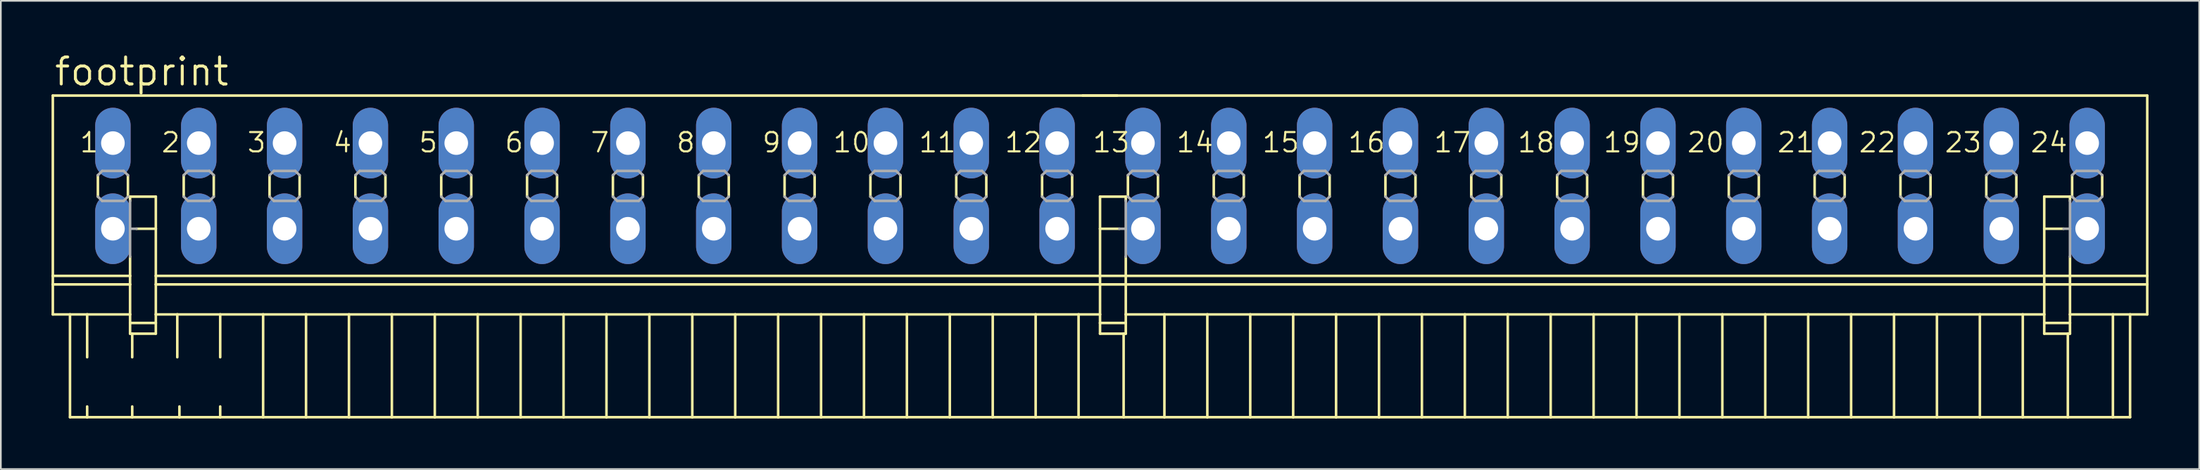
<source format=kicad_pcb>
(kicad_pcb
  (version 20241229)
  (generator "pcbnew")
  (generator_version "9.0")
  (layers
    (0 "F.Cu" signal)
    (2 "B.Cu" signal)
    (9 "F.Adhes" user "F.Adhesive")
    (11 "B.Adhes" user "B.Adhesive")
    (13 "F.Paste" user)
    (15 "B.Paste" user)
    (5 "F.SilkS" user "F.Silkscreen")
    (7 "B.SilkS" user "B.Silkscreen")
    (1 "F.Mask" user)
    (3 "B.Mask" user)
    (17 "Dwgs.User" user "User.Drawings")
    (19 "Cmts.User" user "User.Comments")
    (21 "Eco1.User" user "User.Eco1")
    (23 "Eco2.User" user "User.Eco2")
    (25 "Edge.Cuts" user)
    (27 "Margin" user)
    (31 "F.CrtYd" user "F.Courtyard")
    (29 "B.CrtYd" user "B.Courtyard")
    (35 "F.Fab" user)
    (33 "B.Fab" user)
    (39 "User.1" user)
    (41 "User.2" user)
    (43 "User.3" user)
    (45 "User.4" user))
  (footprint "footprint"
    (layer "F.Cu")
    (at 62.052 7.976)
    (property "Reference" "footprint" (at -61.976 -5.842 0) (layer "F.SilkS") (effects (font (size 1.6 1.6) (thickness 0.178)) (justify left bottom)))
    (fp_line (start -61.976 -5.359) (end -61.976 5.334) (stroke (width 0.152) (type solid)) (layer "F.SilkS"))
    (fp_line (start -61.976 -5.359) (end -1.016 -5.359) (stroke (width 0.152) (type solid)) (layer "F.SilkS"))
    (fp_line (start -61.976 5.334) (end -61.976 5.842) (stroke (width 0.152) (type solid)) (layer "F.SilkS"))
    (fp_line (start -61.976 5.334) (end -57.404 5.334) (stroke (width 0.152) (type solid)) (layer "F.SilkS"))
    (fp_line (start -61.976 5.842) (end -61.976 7.62) (stroke (width 0.152) (type solid)) (layer "F.SilkS"))
    (fp_line (start -61.976 5.842) (end -57.404 5.842) (stroke (width 0.152) (type solid)) (layer "F.SilkS"))
    (fp_line (start -61.976 7.62) (end -60.96 7.62) (stroke (width 0.152) (type solid)) (layer "F.SilkS"))
    (fp_line (start -60.96 7.62) (end -60.96 13.716) (stroke (width 0.152) (type solid)) (layer "F.SilkS"))
    (fp_line (start -60.96 7.62) (end -59.944 7.62) (stroke (width 0.152) (type solid)) (layer "F.SilkS"))
    (fp_line (start -60.96 13.716) (end -59.944 13.716) (stroke (width 0.152) (type solid)) (layer "F.SilkS"))
    (fp_line (start -59.944 7.62) (end -59.944 10.16) (stroke (width 0.152) (type solid)) (layer "F.SilkS"))
    (fp_line (start -59.944 7.62) (end -57.404 7.62) (stroke (width 0.152) (type solid)) (layer "F.SilkS"))
    (fp_line (start -59.944 13.081) (end -59.944 13.716) (stroke (width 0.152) (type solid)) (layer "F.SilkS"))
    (fp_line (start -59.944 13.716) (end -57.277 13.716) (stroke (width 0.152) (type solid)) (layer "F.SilkS"))
    (fp_line (start -59.309 -0.635) (end -59.309 0.635) (stroke (width 0.152) (type solid)) (layer "F.SilkS"))
    (fp_line (start -57.531 -0.635) (end -57.531 0.635) (stroke (width 0.152) (type solid)) (layer "F.SilkS"))
    (fp_line (start -57.404 0.635) (end -57.404 0.889) (stroke (width 0.152) (type solid)) (layer "F.SilkS"))
    (fp_line (start -57.404 0.635) (end -55.88 0.635) (stroke (width 0.152) (type solid)) (layer "F.SilkS"))
    (fp_line (start -57.404 4.191) (end -57.404 5.334) (stroke (width 0.152) (type solid)) (layer "F.SilkS"))
    (fp_line (start -57.404 5.842) (end -57.404 5.334) (stroke (width 0.152) (type solid)) (layer "F.SilkS"))
    (fp_line (start -57.404 7.62) (end -57.404 5.842) (stroke (width 0.152) (type solid)) (layer "F.SilkS"))
    (fp_line (start -57.404 8.128) (end -57.404 7.62) (stroke (width 0.152) (type solid)) (layer "F.SilkS"))
    (fp_line (start -57.404 8.128) (end -55.88 8.128) (stroke (width 0.152) (type solid)) (layer "F.SilkS"))
    (fp_line (start -57.404 8.763) (end -57.404 8.128) (stroke (width 0.152) (type solid)) (layer "F.SilkS"))
    (fp_line (start -57.277 8.763) (end -57.404 8.763) (stroke (width 0.152) (type solid)) (layer "F.SilkS"))
    (fp_line (start -57.277 8.763) (end -57.277 10.16) (stroke (width 0.152) (type solid)) (layer "F.SilkS"))
    (fp_line (start -57.277 13.081) (end -57.277 13.716) (stroke (width 0.152) (type solid)) (layer "F.SilkS"))
    (fp_line (start -57.277 13.716) (end -54.483 13.716) (stroke (width 0.152) (type solid)) (layer "F.SilkS"))
    (fp_line (start -55.88 0.635) (end -55.88 2.54) (stroke (width 0.152) (type solid)) (layer "F.SilkS"))
    (fp_line (start -55.88 2.54) (end -57.023 2.54) (stroke (width 0.152) (type solid)) (layer "F.SilkS"))
    (fp_line (start -55.88 2.54) (end -55.88 5.334) (stroke (width 0.152) (type solid)) (layer "F.SilkS"))
    (fp_line (start -55.88 5.334) (end -55.88 5.842) (stroke (width 0.152) (type solid)) (layer "F.SilkS"))
    (fp_line (start -55.88 5.334) (end 0 5.334) (stroke (width 0.152) (type solid)) (layer "F.SilkS"))
    (fp_line (start -55.88 5.842) (end -55.88 7.62) (stroke (width 0.152) (type solid)) (layer "F.SilkS"))
    (fp_line (start -55.88 5.842) (end 0 5.842) (stroke (width 0.152) (type solid)) (layer "F.SilkS"))
    (fp_line (start -55.88 7.62) (end -55.88 8.128) (stroke (width 0.152) (type solid)) (layer "F.SilkS"))
    (fp_line (start -55.88 7.62) (end -54.61 7.62) (stroke (width 0.152) (type solid)) (layer "F.SilkS"))
    (fp_line (start -55.88 8.128) (end -55.88 8.763) (stroke (width 0.152) (type solid)) (layer "F.SilkS"))
    (fp_line (start -55.88 8.763) (end -57.277 8.763) (stroke (width 0.152) (type solid)) (layer "F.SilkS"))
    (fp_line (start -54.61 7.62) (end -54.61 10.16) (stroke (width 0.152) (type solid)) (layer "F.SilkS"))
    (fp_line (start -54.61 7.62) (end -52.07 7.62) (stroke (width 0.152) (type solid)) (layer "F.SilkS"))
    (fp_line (start -54.483 13.081) (end -54.483 13.716) (stroke (width 0.152) (type solid)) (layer "F.SilkS"))
    (fp_line (start -54.483 13.716) (end -52.07 13.716) (stroke (width 0.152) (type solid)) (layer "F.SilkS"))
    (fp_line (start -54.229 -0.635) (end -54.229 0.635) (stroke (width 0.152) (type solid)) (layer "F.SilkS"))
    (fp_line (start -52.451 -0.635) (end -52.451 0.635) (stroke (width 0.152) (type solid)) (layer "F.SilkS"))
    (fp_line (start -52.07 7.62) (end -52.07 10.16) (stroke (width 0.152) (type solid)) (layer "F.SilkS"))
    (fp_line (start -52.07 7.62) (end -49.53 7.62) (stroke (width 0.152) (type solid)) (layer "F.SilkS"))
    (fp_line (start -52.07 13.081) (end -52.07 13.716) (stroke (width 0.152) (type solid)) (layer "F.SilkS"))
    (fp_line (start -52.07 13.716) (end -49.53 13.716) (stroke (width 0.152) (type solid)) (layer "F.SilkS"))
    (fp_line (start -49.53 7.62) (end -49.53 13.716) (stroke (width 0.152) (type solid)) (layer "F.SilkS"))
    (fp_line (start -49.53 7.62) (end -46.99 7.62) (stroke (width 0.152) (type solid)) (layer "F.SilkS"))
    (fp_line (start -49.53 13.716) (end -46.99 13.716) (stroke (width 0.152) (type solid)) (layer "F.SilkS"))
    (fp_line (start -49.149 -0.635) (end -49.149 0.635) (stroke (width 0.152) (type solid)) (layer "F.SilkS"))
    (fp_line (start -47.371 -0.635) (end -47.371 0.635) (stroke (width 0.152) (type solid)) (layer "F.SilkS"))
    (fp_line (start -46.99 7.62) (end -46.99 13.716) (stroke (width 0.152) (type solid)) (layer "F.SilkS"))
    (fp_line (start -46.99 7.62) (end -44.45 7.62) (stroke (width 0.152) (type solid)) (layer "F.SilkS"))
    (fp_line (start -46.99 13.716) (end -44.45 13.716) (stroke (width 0.152) (type solid)) (layer "F.SilkS"))
    (fp_line (start -44.45 7.62) (end -44.45 13.716) (stroke (width 0.152) (type solid)) (layer "F.SilkS"))
    (fp_line (start -44.45 7.62) (end -41.91 7.62) (stroke (width 0.152) (type solid)) (layer "F.SilkS"))
    (fp_line (start -44.45 13.716) (end -41.91 13.716) (stroke (width 0.152) (type solid)) (layer "F.SilkS"))
    (fp_line (start -44.069 -0.635) (end -44.069 0.635) (stroke (width 0.152) (type solid)) (layer "F.SilkS"))
    (fp_line (start -42.291 -0.635) (end -42.291 0.635) (stroke (width 0.152) (type solid)) (layer "F.SilkS"))
    (fp_line (start -41.91 7.62) (end -41.91 13.716) (stroke (width 0.152) (type solid)) (layer "F.SilkS"))
    (fp_line (start -41.91 7.62) (end -39.37 7.62) (stroke (width 0.152) (type solid)) (layer "F.SilkS"))
    (fp_line (start -41.91 13.716) (end -39.37 13.716) (stroke (width 0.152) (type solid)) (layer "F.SilkS"))
    (fp_line (start -39.37 7.62) (end -39.37 13.716) (stroke (width 0.152) (type solid)) (layer "F.SilkS"))
    (fp_line (start -39.37 7.62) (end -36.83 7.62) (stroke (width 0.152) (type solid)) (layer "F.SilkS"))
    (fp_line (start -39.37 13.716) (end -36.83 13.716) (stroke (width 0.152) (type solid)) (layer "F.SilkS"))
    (fp_line (start -38.989 -0.635) (end -38.989 0.635) (stroke (width 0.152) (type solid)) (layer "F.SilkS"))
    (fp_line (start -37.211 -0.635) (end -37.211 0.635) (stroke (width 0.152) (type solid)) (layer "F.SilkS"))
    (fp_line (start -36.83 7.62) (end -36.83 13.716) (stroke (width 0.152) (type solid)) (layer "F.SilkS"))
    (fp_line (start -36.83 7.62) (end -34.29 7.62) (stroke (width 0.152) (type solid)) (layer "F.SilkS"))
    (fp_line (start -36.83 13.716) (end -34.29 13.716) (stroke (width 0.152) (type solid)) (layer "F.SilkS"))
    (fp_line (start -34.29 7.62) (end -34.29 13.716) (stroke (width 0.152) (type solid)) (layer "F.SilkS"))
    (fp_line (start -34.29 7.62) (end -31.75 7.62) (stroke (width 0.152) (type solid)) (layer "F.SilkS"))
    (fp_line (start -34.29 13.716) (end -31.75 13.716) (stroke (width 0.152) (type solid)) (layer "F.SilkS"))
    (fp_line (start -33.909 -0.635) (end -33.909 0.635) (stroke (width 0.152) (type solid)) (layer "F.SilkS"))
    (fp_line (start -32.131 -0.635) (end -32.131 0.635) (stroke (width 0.152) (type solid)) (layer "F.SilkS"))
    (fp_line (start -31.75 7.62) (end -31.75 13.716) (stroke (width 0.152) (type solid)) (layer "F.SilkS"))
    (fp_line (start -31.75 7.62) (end -29.21 7.62) (stroke (width 0.152) (type solid)) (layer "F.SilkS"))
    (fp_line (start -31.75 13.716) (end -29.21 13.716) (stroke (width 0.152) (type solid)) (layer "F.SilkS"))
    (fp_line (start -29.21 7.62) (end -29.21 13.716) (stroke (width 0.152) (type solid)) (layer "F.SilkS"))
    (fp_line (start -29.21 7.62) (end -26.67 7.62) (stroke (width 0.152) (type solid)) (layer "F.SilkS"))
    (fp_line (start -29.21 13.716) (end -26.67 13.716) (stroke (width 0.152) (type solid)) (layer "F.SilkS"))
    (fp_line (start -28.829 -0.635) (end -28.829 0.635) (stroke (width 0.152) (type solid)) (layer "F.SilkS"))
    (fp_line (start -27.051 -0.635) (end -27.051 0.635) (stroke (width 0.152) (type solid)) (layer "F.SilkS"))
    (fp_line (start -26.67 7.62) (end -26.67 13.716) (stroke (width 0.152) (type solid)) (layer "F.SilkS"))
    (fp_line (start -26.67 7.62) (end -24.13 7.62) (stroke (width 0.152) (type solid)) (layer "F.SilkS"))
    (fp_line (start -26.67 13.716) (end -24.13 13.716) (stroke (width 0.152) (type solid)) (layer "F.SilkS"))
    (fp_line (start -24.13 7.62) (end -24.13 13.716) (stroke (width 0.152) (type solid)) (layer "F.SilkS"))
    (fp_line (start -24.13 7.62) (end -21.59 7.62) (stroke (width 0.152) (type solid)) (layer "F.SilkS"))
    (fp_line (start -24.13 13.716) (end -21.59 13.716) (stroke (width 0.152) (type solid)) (layer "F.SilkS"))
    (fp_line (start -23.749 -0.635) (end -23.749 0.635) (stroke (width 0.152) (type solid)) (layer "F.SilkS"))
    (fp_line (start -21.971 -0.635) (end -21.971 0.635) (stroke (width 0.152) (type solid)) (layer "F.SilkS"))
    (fp_line (start -21.59 7.62) (end -21.59 13.716) (stroke (width 0.152) (type solid)) (layer "F.SilkS"))
    (fp_line (start -21.59 7.62) (end -19.05 7.62) (stroke (width 0.152) (type solid)) (layer "F.SilkS"))
    (fp_line (start -21.59 13.716) (end -19.05 13.716) (stroke (width 0.152) (type solid)) (layer "F.SilkS"))
    (fp_line (start -19.05 7.62) (end -19.05 13.716) (stroke (width 0.152) (type solid)) (layer "F.SilkS"))
    (fp_line (start -19.05 7.62) (end -16.51 7.62) (stroke (width 0.152) (type solid)) (layer "F.SilkS"))
    (fp_line (start -19.05 13.716) (end -16.51 13.716) (stroke (width 0.152) (type solid)) (layer "F.SilkS"))
    (fp_line (start -18.669 -0.635) (end -18.669 0.635) (stroke (width 0.152) (type solid)) (layer "F.SilkS"))
    (fp_line (start -16.891 -0.635) (end -16.891 0.635) (stroke (width 0.152) (type solid)) (layer "F.SilkS"))
    (fp_line (start -16.51 7.62) (end -16.51 13.716) (stroke (width 0.152) (type solid)) (layer "F.SilkS"))
    (fp_line (start -16.51 7.62) (end -13.97 7.62) (stroke (width 0.152) (type solid)) (layer "F.SilkS"))
    (fp_line (start -16.51 13.716) (end -13.97 13.716) (stroke (width 0.152) (type solid)) (layer "F.SilkS"))
    (fp_line (start -13.97 7.62) (end -13.97 13.716) (stroke (width 0.152) (type solid)) (layer "F.SilkS"))
    (fp_line (start -13.97 7.62) (end -11.43 7.62) (stroke (width 0.152) (type solid)) (layer "F.SilkS"))
    (fp_line (start -13.97 13.716) (end -11.43 13.716) (stroke (width 0.152) (type solid)) (layer "F.SilkS"))
    (fp_line (start -13.589 -0.635) (end -13.589 0.635) (stroke (width 0.152) (type solid)) (layer "F.SilkS"))
    (fp_line (start -11.811 -0.635) (end -11.811 0.635) (stroke (width 0.152) (type solid)) (layer "F.SilkS"))
    (fp_line (start -11.43 7.62) (end -11.43 13.716) (stroke (width 0.152) (type solid)) (layer "F.SilkS"))
    (fp_line (start -11.43 7.62) (end -8.89 7.62) (stroke (width 0.152) (type solid)) (layer "F.SilkS"))
    (fp_line (start -11.43 13.716) (end -8.89 13.716) (stroke (width 0.152) (type solid)) (layer "F.SilkS"))
    (fp_line (start -8.89 7.62) (end -8.89 13.716) (stroke (width 0.152) (type solid)) (layer "F.SilkS"))
    (fp_line (start -8.89 7.62) (end -6.35 7.62) (stroke (width 0.152) (type solid)) (layer "F.SilkS"))
    (fp_line (start -8.89 13.716) (end -6.35 13.716) (stroke (width 0.152) (type solid)) (layer "F.SilkS"))
    (fp_line (start -8.509 -0.635) (end -8.509 0.635) (stroke (width 0.152) (type solid)) (layer "F.SilkS"))
    (fp_line (start -6.731 -0.635) (end -6.731 0.635) (stroke (width 0.152) (type solid)) (layer "F.SilkS"))
    (fp_line (start -6.35 7.62) (end -6.35 13.716) (stroke (width 0.152) (type solid)) (layer "F.SilkS"))
    (fp_line (start -6.35 7.62) (end -3.81 7.62) (stroke (width 0.152) (type solid)) (layer "F.SilkS"))
    (fp_line (start -6.35 13.716) (end -3.81 13.716) (stroke (width 0.152) (type solid)) (layer "F.SilkS"))
    (fp_line (start -3.81 7.62) (end -3.81 13.716) (stroke (width 0.152) (type solid)) (layer "F.SilkS"))
    (fp_line (start -3.81 7.62) (end -1.27 7.62) (stroke (width 0.152) (type solid)) (layer "F.SilkS"))
    (fp_line (start -3.81 13.716) (end -1.27 13.716) (stroke (width 0.152) (type solid)) (layer "F.SilkS"))
    (fp_line (start -3.429 -0.635) (end -3.429 0.635) (stroke (width 0.152) (type solid)) (layer "F.SilkS"))
    (fp_line (start -1.651 -0.635) (end -1.651 0.635) (stroke (width 0.152) (type solid)) (layer "F.SilkS"))
    (fp_line (start -1.27 7.62) (end -1.27 13.716) (stroke (width 0.152) (type solid)) (layer "F.SilkS"))
    (fp_line (start -1.27 7.62) (end 0 7.62) (stroke (width 0.152) (type solid)) (layer "F.SilkS"))
    (fp_line (start -1.27 13.716) (end 1.397 13.716) (stroke (width 0.152) (type solid)) (layer "F.SilkS"))
    (fp_line (start -1.016 -5.359) (end 1.016 -5.359) (stroke (width 0.152) (type solid)) (layer "F.SilkS"))
    (fp_line (start -1.016 -5.359) (end 61.976 -5.359) (stroke (width 0.152) (type solid)) (layer "F.SilkS"))
    (fp_line (start 0 0.635) (end 0 2.54) (stroke (width 0.152) (type solid)) (layer "F.SilkS"))
    (fp_line (start 0 2.54) (end 0 5.334) (stroke (width 0.152) (type solid)) (layer "F.SilkS"))
    (fp_line (start 0 2.54) (end 1.143 2.54) (stroke (width 0.152) (type solid)) (layer "F.SilkS"))
    (fp_line (start 0 5.334) (end 0 5.842) (stroke (width 0.152) (type solid)) (layer "F.SilkS"))
    (fp_line (start 0 5.334) (end 1.524 5.334) (stroke (width 0.152) (type solid)) (layer "F.SilkS"))
    (fp_line (start 0 5.842) (end 0 7.62) (stroke (width 0.152) (type solid)) (layer "F.SilkS"))
    (fp_line (start 0 5.842) (end 1.524 5.842) (stroke (width 0.152) (type solid)) (layer "F.SilkS"))
    (fp_line (start 0 7.62) (end 0 8.128) (stroke (width 0.152) (type solid)) (layer "F.SilkS"))
    (fp_line (start 0 8.128) (end 0 8.763) (stroke (width 0.152) (type solid)) (layer "F.SilkS"))
    (fp_line (start 0 8.128) (end 1.524 8.128) (stroke (width 0.152) (type solid)) (layer "F.SilkS"))
    (fp_line (start 1.397 8.763) (end 0 8.763) (stroke (width 0.152) (type solid)) (layer "F.SilkS"))
    (fp_line (start 1.397 8.763) (end 1.397 13.716) (stroke (width 0.152) (type solid)) (layer "F.SilkS"))
    (fp_line (start 1.397 13.716) (end 3.81 13.716) (stroke (width 0.152) (type solid)) (layer "F.SilkS"))
    (fp_line (start 1.524 0.635) (end 0 0.635) (stroke (width 0.152) (type solid)) (layer "F.SilkS"))
    (fp_line (start 1.524 0.889) (end 1.524 0.635) (stroke (width 0.152) (type solid)) (layer "F.SilkS"))
    (fp_line (start 1.524 4.191) (end 1.524 5.334) (stroke (width 0.152) (type solid)) (layer "F.SilkS"))
    (fp_line (start 1.524 5.334) (end 55.88 5.334) (stroke (width 0.152) (type solid)) (layer "F.SilkS"))
    (fp_line (start 1.524 5.842) (end 1.524 5.334) (stroke (width 0.152) (type solid)) (layer "F.SilkS"))
    (fp_line (start 1.524 5.842) (end 55.88 5.842) (stroke (width 0.152) (type solid)) (layer "F.SilkS"))
    (fp_line (start 1.524 7.62) (end 1.524 5.842) (stroke (width 0.152) (type solid)) (layer "F.SilkS"))
    (fp_line (start 1.524 7.62) (end 3.81 7.62) (stroke (width 0.152) (type solid)) (layer "F.SilkS"))
    (fp_line (start 1.524 8.128) (end 1.524 7.62) (stroke (width 0.152) (type solid)) (layer "F.SilkS"))
    (fp_line (start 1.524 8.763) (end 1.397 8.763) (stroke (width 0.152) (type solid)) (layer "F.SilkS"))
    (fp_line (start 1.524 8.763) (end 1.524 8.128) (stroke (width 0.152) (type solid)) (layer "F.SilkS"))
    (fp_line (start 1.651 -0.635) (end 1.651 0.635) (stroke (width 0.152) (type solid)) (layer "F.SilkS"))
    (fp_line (start 3.429 -0.635) (end 3.429 0.635) (stroke (width 0.152) (type solid)) (layer "F.SilkS"))
    (fp_line (start 3.81 7.62) (end 3.81 13.716) (stroke (width 0.152) (type solid)) (layer "F.SilkS"))
    (fp_line (start 3.81 7.62) (end 6.35 7.62) (stroke (width 0.152) (type solid)) (layer "F.SilkS"))
    (fp_line (start 3.81 13.716) (end 6.35 13.716) (stroke (width 0.152) (type solid)) (layer "F.SilkS"))
    (fp_line (start 6.35 7.62) (end 6.35 13.716) (stroke (width 0.152) (type solid)) (layer "F.SilkS"))
    (fp_line (start 6.35 7.62) (end 8.89 7.62) (stroke (width 0.152) (type solid)) (layer "F.SilkS"))
    (fp_line (start 6.35 13.716) (end 8.89 13.716) (stroke (width 0.152) (type solid)) (layer "F.SilkS"))
    (fp_line (start 6.731 -0.635) (end 6.731 0.635) (stroke (width 0.152) (type solid)) (layer "F.SilkS"))
    (fp_line (start 8.509 -0.635) (end 8.509 0.635) (stroke (width 0.152) (type solid)) (layer "F.SilkS"))
    (fp_line (start 8.89 7.62) (end 8.89 13.716) (stroke (width 0.152) (type solid)) (layer "F.SilkS"))
    (fp_line (start 8.89 7.62) (end 11.43 7.62) (stroke (width 0.152) (type solid)) (layer "F.SilkS"))
    (fp_line (start 8.89 13.716) (end 11.43 13.716) (stroke (width 0.152) (type solid)) (layer "F.SilkS"))
    (fp_line (start 11.43 7.62) (end 11.43 13.716) (stroke (width 0.152) (type solid)) (layer "F.SilkS"))
    (fp_line (start 11.43 7.62) (end 13.97 7.62) (stroke (width 0.152) (type solid)) (layer "F.SilkS"))
    (fp_line (start 11.43 13.716) (end 13.97 13.716) (stroke (width 0.152) (type solid)) (layer "F.SilkS"))
    (fp_line (start 11.811 -0.635) (end 11.811 0.635) (stroke (width 0.152) (type solid)) (layer "F.SilkS"))
    (fp_line (start 13.589 -0.635) (end 13.589 0.635) (stroke (width 0.152) (type solid)) (layer "F.SilkS"))
    (fp_line (start 13.97 7.62) (end 13.97 13.716) (stroke (width 0.152) (type solid)) (layer "F.SilkS"))
    (fp_line (start 13.97 7.62) (end 16.51 7.62) (stroke (width 0.152) (type solid)) (layer "F.SilkS"))
    (fp_line (start 13.97 13.716) (end 16.51 13.716) (stroke (width 0.152) (type solid)) (layer "F.SilkS"))
    (fp_line (start 16.51 7.62) (end 16.51 13.716) (stroke (width 0.152) (type solid)) (layer "F.SilkS"))
    (fp_line (start 16.51 7.62) (end 19.05 7.62) (stroke (width 0.152) (type solid)) (layer "F.SilkS"))
    (fp_line (start 16.51 13.716) (end 19.05 13.716) (stroke (width 0.152) (type solid)) (layer "F.SilkS"))
    (fp_line (start 16.891 -0.635) (end 16.891 0.635) (stroke (width 0.152) (type solid)) (layer "F.SilkS"))
    (fp_line (start 18.669 -0.635) (end 18.669 0.635) (stroke (width 0.152) (type solid)) (layer "F.SilkS"))
    (fp_line (start 19.05 7.62) (end 19.05 13.716) (stroke (width 0.152) (type solid)) (layer "F.SilkS"))
    (fp_line (start 19.05 7.62) (end 21.59 7.62) (stroke (width 0.152) (type solid)) (layer "F.SilkS"))
    (fp_line (start 19.05 13.716) (end 21.59 13.716) (stroke (width 0.152) (type solid)) (layer "F.SilkS"))
    (fp_line (start 21.59 7.62) (end 21.59 13.716) (stroke (width 0.152) (type solid)) (layer "F.SilkS"))
    (fp_line (start 21.59 7.62) (end 24.13 7.62) (stroke (width 0.152) (type solid)) (layer "F.SilkS"))
    (fp_line (start 21.59 13.716) (end 24.13 13.716) (stroke (width 0.152) (type solid)) (layer "F.SilkS"))
    (fp_line (start 21.971 -0.635) (end 21.971 0.635) (stroke (width 0.152) (type solid)) (layer "F.SilkS"))
    (fp_line (start 23.749 -0.635) (end 23.749 0.635) (stroke (width 0.152) (type solid)) (layer "F.SilkS"))
    (fp_line (start 24.13 7.62) (end 24.13 13.716) (stroke (width 0.152) (type solid)) (layer "F.SilkS"))
    (fp_line (start 24.13 7.62) (end 26.67 7.62) (stroke (width 0.152) (type solid)) (layer "F.SilkS"))
    (fp_line (start 24.13 13.716) (end 26.67 13.716) (stroke (width 0.152) (type solid)) (layer "F.SilkS"))
    (fp_line (start 26.67 7.62) (end 26.67 13.716) (stroke (width 0.152) (type solid)) (layer "F.SilkS"))
    (fp_line (start 26.67 7.62) (end 29.21 7.62) (stroke (width 0.152) (type solid)) (layer "F.SilkS"))
    (fp_line (start 26.67 13.716) (end 29.21 13.716) (stroke (width 0.152) (type solid)) (layer "F.SilkS"))
    (fp_line (start 27.051 -0.635) (end 27.051 0.635) (stroke (width 0.152) (type solid)) (layer "F.SilkS"))
    (fp_line (start 28.829 -0.635) (end 28.829 0.635) (stroke (width 0.152) (type solid)) (layer "F.SilkS"))
    (fp_line (start 29.21 7.62) (end 29.21 13.716) (stroke (width 0.152) (type solid)) (layer "F.SilkS"))
    (fp_line (start 29.21 7.62) (end 31.75 7.62) (stroke (width 0.152) (type solid)) (layer "F.SilkS"))
    (fp_line (start 29.21 13.716) (end 31.75 13.716) (stroke (width 0.152) (type solid)) (layer "F.SilkS"))
    (fp_line (start 31.75 7.62) (end 31.75 13.716) (stroke (width 0.152) (type solid)) (layer "F.SilkS"))
    (fp_line (start 31.75 7.62) (end 34.29 7.62) (stroke (width 0.152) (type solid)) (layer "F.SilkS"))
    (fp_line (start 31.75 13.716) (end 34.29 13.716) (stroke (width 0.152) (type solid)) (layer "F.SilkS"))
    (fp_line (start 32.131 -0.635) (end 32.131 0.635) (stroke (width 0.152) (type solid)) (layer "F.SilkS"))
    (fp_line (start 33.909 -0.635) (end 33.909 0.635) (stroke (width 0.152) (type solid)) (layer "F.SilkS"))
    (fp_line (start 34.29 7.62) (end 34.29 13.716) (stroke (width 0.152) (type solid)) (layer "F.SilkS"))
    (fp_line (start 34.29 7.62) (end 36.83 7.62) (stroke (width 0.152) (type solid)) (layer "F.SilkS"))
    (fp_line (start 34.29 13.716) (end 36.83 13.716) (stroke (width 0.152) (type solid)) (layer "F.SilkS"))
    (fp_line (start 36.83 7.62) (end 36.83 13.716) (stroke (width 0.152) (type solid)) (layer "F.SilkS"))
    (fp_line (start 36.83 7.62) (end 39.37 7.62) (stroke (width 0.152) (type solid)) (layer "F.SilkS"))
    (fp_line (start 36.83 13.716) (end 39.37 13.716) (stroke (width 0.152) (type solid)) (layer "F.SilkS"))
    (fp_line (start 37.211 -0.635) (end 37.211 0.635) (stroke (width 0.152) (type solid)) (layer "F.SilkS"))
    (fp_line (start 38.989 -0.635) (end 38.989 0.635) (stroke (width 0.152) (type solid)) (layer "F.SilkS"))
    (fp_line (start 39.37 7.62) (end 39.37 13.716) (stroke (width 0.152) (type solid)) (layer "F.SilkS"))
    (fp_line (start 39.37 7.62) (end 41.91 7.62) (stroke (width 0.152) (type solid)) (layer "F.SilkS"))
    (fp_line (start 39.37 13.716) (end 41.91 13.716) (stroke (width 0.152) (type solid)) (layer "F.SilkS"))
    (fp_line (start 41.91 7.62) (end 41.91 13.716) (stroke (width 0.152) (type solid)) (layer "F.SilkS"))
    (fp_line (start 41.91 7.62) (end 44.45 7.62) (stroke (width 0.152) (type solid)) (layer "F.SilkS"))
    (fp_line (start 41.91 13.716) (end 44.45 13.716) (stroke (width 0.152) (type solid)) (layer "F.SilkS"))
    (fp_line (start 42.291 -0.635) (end 42.291 0.635) (stroke (width 0.152) (type solid)) (layer "F.SilkS"))
    (fp_line (start 44.069 -0.635) (end 44.069 0.635) (stroke (width 0.152) (type solid)) (layer "F.SilkS"))
    (fp_line (start 44.45 7.62) (end 44.45 13.716) (stroke (width 0.152) (type solid)) (layer "F.SilkS"))
    (fp_line (start 44.45 7.62) (end 46.99 7.62) (stroke (width 0.152) (type solid)) (layer "F.SilkS"))
    (fp_line (start 44.45 13.716) (end 46.99 13.716) (stroke (width 0.152) (type solid)) (layer "F.SilkS"))
    (fp_line (start 46.99 7.62) (end 46.99 13.716) (stroke (width 0.152) (type solid)) (layer "F.SilkS"))
    (fp_line (start 46.99 7.62) (end 49.53 7.62) (stroke (width 0.152) (type solid)) (layer "F.SilkS"))
    (fp_line (start 46.99 13.716) (end 49.53 13.716) (stroke (width 0.152) (type solid)) (layer "F.SilkS"))
    (fp_line (start 47.371 -0.635) (end 47.371 0.635) (stroke (width 0.152) (type solid)) (layer "F.SilkS"))
    (fp_line (start 49.149 -0.635) (end 49.149 0.635) (stroke (width 0.152) (type solid)) (layer "F.SilkS"))
    (fp_line (start 49.53 7.62) (end 49.53 13.716) (stroke (width 0.152) (type solid)) (layer "F.SilkS"))
    (fp_line (start 49.53 7.62) (end 52.07 7.62) (stroke (width 0.152) (type solid)) (layer "F.SilkS"))
    (fp_line (start 49.53 13.716) (end 52.07 13.716) (stroke (width 0.152) (type solid)) (layer "F.SilkS"))
    (fp_line (start 52.07 7.62) (end 52.07 13.716) (stroke (width 0.152) (type solid)) (layer "F.SilkS"))
    (fp_line (start 52.07 7.62) (end 54.61 7.62) (stroke (width 0.152) (type solid)) (layer "F.SilkS"))
    (fp_line (start 52.07 13.716) (end 54.61 13.716) (stroke (width 0.152) (type solid)) (layer "F.SilkS"))
    (fp_line (start 52.451 -0.635) (end 52.451 0.635) (stroke (width 0.152) (type solid)) (layer "F.SilkS"))
    (fp_line (start 54.229 -0.635) (end 54.229 0.635) (stroke (width 0.152) (type solid)) (layer "F.SilkS"))
    (fp_line (start 54.61 7.62) (end 54.61 13.716) (stroke (width 0.152) (type solid)) (layer "F.SilkS"))
    (fp_line (start 54.61 7.62) (end 55.88 7.62) (stroke (width 0.152) (type solid)) (layer "F.SilkS"))
    (fp_line (start 54.61 13.716) (end 57.277 13.716) (stroke (width 0.152) (type solid)) (layer "F.SilkS"))
    (fp_line (start 55.88 0.635) (end 55.88 2.54) (stroke (width 0.152) (type solid)) (layer "F.SilkS"))
    (fp_line (start 55.88 2.54) (end 55.88 5.334) (stroke (width 0.152) (type solid)) (layer "F.SilkS"))
    (fp_line (start 55.88 2.54) (end 57.023 2.54) (stroke (width 0.152) (type solid)) (layer "F.SilkS"))
    (fp_line (start 55.88 5.334) (end 55.88 5.842) (stroke (width 0.152) (type solid)) (layer "F.SilkS"))
    (fp_line (start 55.88 5.334) (end 57.404 5.334) (stroke (width 0.152) (type solid)) (layer "F.SilkS"))
    (fp_line (start 55.88 5.842) (end 55.88 7.62) (stroke (width 0.152) (type solid)) (layer "F.SilkS"))
    (fp_line (start 55.88 5.842) (end 57.404 5.842) (stroke (width 0.152) (type solid)) (layer "F.SilkS"))
    (fp_line (start 55.88 7.62) (end 55.88 8.128) (stroke (width 0.152) (type solid)) (layer "F.SilkS"))
    (fp_line (start 55.88 8.128) (end 55.88 8.763) (stroke (width 0.152) (type solid)) (layer "F.SilkS"))
    (fp_line (start 55.88 8.128) (end 57.404 8.128) (stroke (width 0.152) (type solid)) (layer "F.SilkS"))
    (fp_line (start 57.277 8.763) (end 55.88 8.763) (stroke (width 0.152) (type solid)) (layer "F.SilkS"))
    (fp_line (start 57.277 8.763) (end 57.277 13.716) (stroke (width 0.152) (type solid)) (layer "F.SilkS"))
    (fp_line (start 57.277 13.716) (end 59.944 13.716) (stroke (width 0.152) (type solid)) (layer "F.SilkS"))
    (fp_line (start 57.404 0.635) (end 55.88 0.635) (stroke (width 0.152) (type solid)) (layer "F.SilkS"))
    (fp_line (start 57.404 0.889) (end 57.404 0.635) (stroke (width 0.152) (type solid)) (layer "F.SilkS"))
    (fp_line (start 57.404 4.191) (end 57.404 5.334) (stroke (width 0.152) (type solid)) (layer "F.SilkS"))
    (fp_line (start 57.404 5.334) (end 61.976 5.334) (stroke (width 0.152) (type solid)) (layer "F.SilkS"))
    (fp_line (start 57.404 5.842) (end 57.404 5.334) (stroke (width 0.152) (type solid)) (layer "F.SilkS"))
    (fp_line (start 57.404 5.842) (end 61.976 5.842) (stroke (width 0.152) (type solid)) (layer "F.SilkS"))
    (fp_line (start 57.404 7.62) (end 57.404 5.842) (stroke (width 0.152) (type solid)) (layer "F.SilkS"))
    (fp_line (start 57.404 7.62) (end 59.944 7.62) (stroke (width 0.152) (type solid)) (layer "F.SilkS"))
    (fp_line (start 57.404 8.128) (end 57.404 7.62) (stroke (width 0.152) (type solid)) (layer "F.SilkS"))
    (fp_line (start 57.404 8.763) (end 57.277 8.763) (stroke (width 0.152) (type solid)) (layer "F.SilkS"))
    (fp_line (start 57.404 8.763) (end 57.404 8.128) (stroke (width 0.152) (type solid)) (layer "F.SilkS"))
    (fp_line (start 57.531 -0.635) (end 57.531 0.635) (stroke (width 0.152) (type solid)) (layer "F.SilkS"))
    (fp_line (start 59.309 -0.635) (end 59.309 0.635) (stroke (width 0.152) (type solid)) (layer "F.SilkS"))
    (fp_line (start 59.944 7.62) (end 59.944 13.716) (stroke (width 0.152) (type solid)) (layer "F.SilkS"))
    (fp_line (start 59.944 7.62) (end 60.96 7.62) (stroke (width 0.152) (type solid)) (layer "F.SilkS"))
    (fp_line (start 59.944 13.716) (end 60.96 13.716) (stroke (width 0.152) (type solid)) (layer "F.SilkS"))
    (fp_line (start 60.96 7.62) (end 60.96 13.716) (stroke (width 0.152) (type solid)) (layer "F.SilkS"))
    (fp_line (start 60.96 7.62) (end 61.976 7.62) (stroke (width 0.152) (type solid)) (layer "F.SilkS"))
    (fp_line (start 61.976 -5.359) (end 61.976 5.334) (stroke (width 0.152) (type solid)) (layer "F.SilkS"))
    (fp_line (start 61.976 5.334) (end 61.976 5.842) (stroke (width 0.152) (type solid)) (layer "F.SilkS"))
    (fp_line (start 61.976 5.842) (end 61.976 7.62) (stroke (width 0.152) (type solid)) (layer "F.SilkS"))
    (fp_line (start -59.309 -0.635) (end -59.055 -0.889) (stroke (width 0.152) (type solid)) (layer "F.Fab"))
    (fp_line (start -59.055 -0.889) (end -57.785 -0.889) (stroke (width 0.152) (type solid)) (layer "F.Fab"))
    (fp_line (start -59.055 0.889) (end -59.309 0.635) (stroke (width 0.152) (type solid)) (layer "F.Fab"))
    (fp_line (start -57.785 -0.889) (end -57.531 -0.635) (stroke (width 0.152) (type solid)) (layer "F.Fab"))
    (fp_line (start -57.785 0.889) (end -59.055 0.889) (stroke (width 0.152) (type solid)) (layer "F.Fab"))
    (fp_line (start -57.531 0.635) (end -57.785 0.889) (stroke (width 0.152) (type solid)) (layer "F.Fab"))
    (fp_line (start -57.404 2.54) (end -57.404 0.889) (stroke (width 0.152) (type solid)) (layer "F.Fab"))
    (fp_line (start -57.404 2.54) (end -57.023 2.54) (stroke (width 0.152) (type solid)) (layer "F.Fab"))
    (fp_line (start -57.404 4.191) (end -57.404 2.54) (stroke (width 0.152) (type solid)) (layer "F.Fab"))
    (fp_line (start -54.229 -0.635) (end -53.975 -0.889) (stroke (width 0.152) (type solid)) (layer "F.Fab"))
    (fp_line (start -53.975 -0.889) (end -52.705 -0.889) (stroke (width 0.152) (type solid)) (layer "F.Fab"))
    (fp_line (start -53.975 0.889) (end -54.229 0.635) (stroke (width 0.152) (type solid)) (layer "F.Fab"))
    (fp_line (start -52.705 -0.889) (end -52.451 -0.635) (stroke (width 0.152) (type solid)) (layer "F.Fab"))
    (fp_line (start -52.705 0.889) (end -53.975 0.889) (stroke (width 0.152) (type solid)) (layer "F.Fab"))
    (fp_line (start -52.451 0.635) (end -52.705 0.889) (stroke (width 0.152) (type solid)) (layer "F.Fab"))
    (fp_line (start -49.149 -0.635) (end -48.895 -0.889) (stroke (width 0.152) (type solid)) (layer "F.Fab"))
    (fp_line (start -48.895 -0.889) (end -47.625 -0.889) (stroke (width 0.152) (type solid)) (layer "F.Fab"))
    (fp_line (start -48.895 0.889) (end -49.149 0.635) (stroke (width 0.152) (type solid)) (layer "F.Fab"))
    (fp_line (start -47.625 -0.889) (end -47.371 -0.635) (stroke (width 0.152) (type solid)) (layer "F.Fab"))
    (fp_line (start -47.625 0.889) (end -48.895 0.889) (stroke (width 0.152) (type solid)) (layer "F.Fab"))
    (fp_line (start -47.371 0.635) (end -47.625 0.889) (stroke (width 0.152) (type solid)) (layer "F.Fab"))
    (fp_line (start -44.069 -0.635) (end -43.815 -0.889) (stroke (width 0.152) (type solid)) (layer "F.Fab"))
    (fp_line (start -43.815 -0.889) (end -42.545 -0.889) (stroke (width 0.152) (type solid)) (layer "F.Fab"))
    (fp_line (start -43.815 0.889) (end -44.069 0.635) (stroke (width 0.152) (type solid)) (layer "F.Fab"))
    (fp_line (start -42.545 -0.889) (end -42.291 -0.635) (stroke (width 0.152) (type solid)) (layer "F.Fab"))
    (fp_line (start -42.545 0.889) (end -43.815 0.889) (stroke (width 0.152) (type solid)) (layer "F.Fab"))
    (fp_line (start -42.291 0.635) (end -42.545 0.889) (stroke (width 0.152) (type solid)) (layer "F.Fab"))
    (fp_line (start -38.989 -0.635) (end -38.735 -0.889) (stroke (width 0.152) (type solid)) (layer "F.Fab"))
    (fp_line (start -38.735 -0.889) (end -37.465 -0.889) (stroke (width 0.152) (type solid)) (layer "F.Fab"))
    (fp_line (start -38.735 0.889) (end -38.989 0.635) (stroke (width 0.152) (type solid)) (layer "F.Fab"))
    (fp_line (start -37.465 -0.889) (end -37.211 -0.635) (stroke (width 0.152) (type solid)) (layer "F.Fab"))
    (fp_line (start -37.465 0.889) (end -38.735 0.889) (stroke (width 0.152) (type solid)) (layer "F.Fab"))
    (fp_line (start -37.211 0.635) (end -37.465 0.889) (stroke (width 0.152) (type solid)) (layer "F.Fab"))
    (fp_line (start -33.909 -0.635) (end -33.655 -0.889) (stroke (width 0.152) (type solid)) (layer "F.Fab"))
    (fp_line (start -33.655 -0.889) (end -32.385 -0.889) (stroke (width 0.152) (type solid)) (layer "F.Fab"))
    (fp_line (start -33.655 0.889) (end -33.909 0.635) (stroke (width 0.152) (type solid)) (layer "F.Fab"))
    (fp_line (start -32.385 -0.889) (end -32.131 -0.635) (stroke (width 0.152) (type solid)) (layer "F.Fab"))
    (fp_line (start -32.385 0.889) (end -33.655 0.889) (stroke (width 0.152) (type solid)) (layer "F.Fab"))
    (fp_line (start -32.131 0.635) (end -32.385 0.889) (stroke (width 0.152) (type solid)) (layer "F.Fab"))
    (fp_line (start -28.829 -0.635) (end -28.575 -0.889) (stroke (width 0.152) (type solid)) (layer "F.Fab"))
    (fp_line (start -28.575 -0.889) (end -27.305 -0.889) (stroke (width 0.152) (type solid)) (layer "F.Fab"))
    (fp_line (start -28.575 0.889) (end -28.829 0.635) (stroke (width 0.152) (type solid)) (layer "F.Fab"))
    (fp_line (start -27.305 -0.889) (end -27.051 -0.635) (stroke (width 0.152) (type solid)) (layer "F.Fab"))
    (fp_line (start -27.305 0.889) (end -28.575 0.889) (stroke (width 0.152) (type solid)) (layer "F.Fab"))
    (fp_line (start -27.051 0.635) (end -27.305 0.889) (stroke (width 0.152) (type solid)) (layer "F.Fab"))
    (fp_line (start -23.749 -0.635) (end -23.495 -0.889) (stroke (width 0.152) (type solid)) (layer "F.Fab"))
    (fp_line (start -23.495 -0.889) (end -22.225 -0.889) (stroke (width 0.152) (type solid)) (layer "F.Fab"))
    (fp_line (start -23.495 0.889) (end -23.749 0.635) (stroke (width 0.152) (type solid)) (layer "F.Fab"))
    (fp_line (start -22.225 -0.889) (end -21.971 -0.635) (stroke (width 0.152) (type solid)) (layer "F.Fab"))
    (fp_line (start -22.225 0.889) (end -23.495 0.889) (stroke (width 0.152) (type solid)) (layer "F.Fab"))
    (fp_line (start -21.971 0.635) (end -22.225 0.889) (stroke (width 0.152) (type solid)) (layer "F.Fab"))
    (fp_line (start -18.669 -0.635) (end -18.415 -0.889) (stroke (width 0.152) (type solid)) (layer "F.Fab"))
    (fp_line (start -18.415 -0.889) (end -17.145 -0.889) (stroke (width 0.152) (type solid)) (layer "F.Fab"))
    (fp_line (start -18.415 0.889) (end -18.669 0.635) (stroke (width 0.152) (type solid)) (layer "F.Fab"))
    (fp_line (start -17.145 -0.889) (end -16.891 -0.635) (stroke (width 0.152) (type solid)) (layer "F.Fab"))
    (fp_line (start -17.145 0.889) (end -18.415 0.889) (stroke (width 0.152) (type solid)) (layer "F.Fab"))
    (fp_line (start -16.891 0.635) (end -17.145 0.889) (stroke (width 0.152) (type solid)) (layer "F.Fab"))
    (fp_line (start -13.589 -0.635) (end -13.335 -0.889) (stroke (width 0.152) (type solid)) (layer "F.Fab"))
    (fp_line (start -13.335 -0.889) (end -12.065 -0.889) (stroke (width 0.152) (type solid)) (layer "F.Fab"))
    (fp_line (start -13.335 0.889) (end -13.589 0.635) (stroke (width 0.152) (type solid)) (layer "F.Fab"))
    (fp_line (start -12.065 -0.889) (end -11.811 -0.635) (stroke (width 0.152) (type solid)) (layer "F.Fab"))
    (fp_line (start -12.065 0.889) (end -13.335 0.889) (stroke (width 0.152) (type solid)) (layer "F.Fab"))
    (fp_line (start -11.811 0.635) (end -12.065 0.889) (stroke (width 0.152) (type solid)) (layer "F.Fab"))
    (fp_line (start -8.509 -0.635) (end -8.255 -0.889) (stroke (width 0.152) (type solid)) (layer "F.Fab"))
    (fp_line (start -8.255 -0.889) (end -6.985 -0.889) (stroke (width 0.152) (type solid)) (layer "F.Fab"))
    (fp_line (start -8.255 0.889) (end -8.509 0.635) (stroke (width 0.152) (type solid)) (layer "F.Fab"))
    (fp_line (start -6.985 -0.889) (end -6.731 -0.635) (stroke (width 0.152) (type solid)) (layer "F.Fab"))
    (fp_line (start -6.985 0.889) (end -8.255 0.889) (stroke (width 0.152) (type solid)) (layer "F.Fab"))
    (fp_line (start -6.731 0.635) (end -6.985 0.889) (stroke (width 0.152) (type solid)) (layer "F.Fab"))
    (fp_line (start -3.429 -0.635) (end -3.175 -0.889) (stroke (width 0.152) (type solid)) (layer "F.Fab"))
    (fp_line (start -3.175 -0.889) (end -1.905 -0.889) (stroke (width 0.152) (type solid)) (layer "F.Fab"))
    (fp_line (start -3.175 0.889) (end -3.429 0.635) (stroke (width 0.152) (type solid)) (layer "F.Fab"))
    (fp_line (start -1.905 -0.889) (end -1.651 -0.635) (stroke (width 0.152) (type solid)) (layer "F.Fab"))
    (fp_line (start -1.905 0.889) (end -3.175 0.889) (stroke (width 0.152) (type solid)) (layer "F.Fab"))
    (fp_line (start -1.651 0.635) (end -1.905 0.889) (stroke (width 0.152) (type solid)) (layer "F.Fab"))
    (fp_line (start 1.143 2.54) (end 1.524 2.54) (stroke (width 0.152) (type solid)) (layer "F.Fab"))
    (fp_line (start 1.524 2.54) (end 1.524 0.889) (stroke (width 0.152) (type solid)) (layer "F.Fab"))
    (fp_line (start 1.524 4.191) (end 1.524 2.54) (stroke (width 0.152) (type solid)) (layer "F.Fab"))
    (fp_line (start 1.651 -0.635) (end 1.905 -0.889) (stroke (width 0.152) (type solid)) (layer "F.Fab"))
    (fp_line (start 1.905 -0.889) (end 3.175 -0.889) (stroke (width 0.152) (type solid)) (layer "F.Fab"))
    (fp_line (start 1.905 0.889) (end 1.651 0.635) (stroke (width 0.152) (type solid)) (layer "F.Fab"))
    (fp_line (start 3.175 -0.889) (end 3.429 -0.635) (stroke (width 0.152) (type solid)) (layer "F.Fab"))
    (fp_line (start 3.175 0.889) (end 1.905 0.889) (stroke (width 0.152) (type solid)) (layer "F.Fab"))
    (fp_line (start 3.429 0.635) (end 3.175 0.889) (stroke (width 0.152) (type solid)) (layer "F.Fab"))
    (fp_line (start 6.731 -0.635) (end 6.985 -0.889) (stroke (width 0.152) (type solid)) (layer "F.Fab"))
    (fp_line (start 6.985 -0.889) (end 8.255 -0.889) (stroke (width 0.152) (type solid)) (layer "F.Fab"))
    (fp_line (start 6.985 0.889) (end 6.731 0.635) (stroke (width 0.152) (type solid)) (layer "F.Fab"))
    (fp_line (start 8.255 -0.889) (end 8.509 -0.635) (stroke (width 0.152) (type solid)) (layer "F.Fab"))
    (fp_line (start 8.255 0.889) (end 6.985 0.889) (stroke (width 0.152) (type solid)) (layer "F.Fab"))
    (fp_line (start 8.509 0.635) (end 8.255 0.889) (stroke (width 0.152) (type solid)) (layer "F.Fab"))
    (fp_line (start 11.811 -0.635) (end 12.065 -0.889) (stroke (width 0.152) (type solid)) (layer "F.Fab"))
    (fp_line (start 12.065 -0.889) (end 13.335 -0.889) (stroke (width 0.152) (type solid)) (layer "F.Fab"))
    (fp_line (start 12.065 0.889) (end 11.811 0.635) (stroke (width 0.152) (type solid)) (layer "F.Fab"))
    (fp_line (start 13.335 -0.889) (end 13.589 -0.635) (stroke (width 0.152) (type solid)) (layer "F.Fab"))
    (fp_line (start 13.335 0.889) (end 12.065 0.889) (stroke (width 0.152) (type solid)) (layer "F.Fab"))
    (fp_line (start 13.589 0.635) (end 13.335 0.889) (stroke (width 0.152) (type solid)) (layer "F.Fab"))
    (fp_line (start 16.891 -0.635) (end 17.145 -0.889) (stroke (width 0.152) (type solid)) (layer "F.Fab"))
    (fp_line (start 17.145 -0.889) (end 18.415 -0.889) (stroke (width 0.152) (type solid)) (layer "F.Fab"))
    (fp_line (start 17.145 0.889) (end 16.891 0.635) (stroke (width 0.152) (type solid)) (layer "F.Fab"))
    (fp_line (start 18.415 -0.889) (end 18.669 -0.635) (stroke (width 0.152) (type solid)) (layer "F.Fab"))
    (fp_line (start 18.415 0.889) (end 17.145 0.889) (stroke (width 0.152) (type solid)) (layer "F.Fab"))
    (fp_line (start 18.669 0.635) (end 18.415 0.889) (stroke (width 0.152) (type solid)) (layer "F.Fab"))
    (fp_line (start 21.971 -0.635) (end 22.225 -0.889) (stroke (width 0.152) (type solid)) (layer "F.Fab"))
    (fp_line (start 22.225 -0.889) (end 23.495 -0.889) (stroke (width 0.152) (type solid)) (layer "F.Fab"))
    (fp_line (start 22.225 0.889) (end 21.971 0.635) (stroke (width 0.152) (type solid)) (layer "F.Fab"))
    (fp_line (start 23.495 -0.889) (end 23.749 -0.635) (stroke (width 0.152) (type solid)) (layer "F.Fab"))
    (fp_line (start 23.495 0.889) (end 22.225 0.889) (stroke (width 0.152) (type solid)) (layer "F.Fab"))
    (fp_line (start 23.749 0.635) (end 23.495 0.889) (stroke (width 0.152) (type solid)) (layer "F.Fab"))
    (fp_line (start 27.051 -0.635) (end 27.305 -0.889) (stroke (width 0.152) (type solid)) (layer "F.Fab"))
    (fp_line (start 27.305 -0.889) (end 28.575 -0.889) (stroke (width 0.152) (type solid)) (layer "F.Fab"))
    (fp_line (start 27.305 0.889) (end 27.051 0.635) (stroke (width 0.152) (type solid)) (layer "F.Fab"))
    (fp_line (start 28.575 -0.889) (end 28.829 -0.635) (stroke (width 0.152) (type solid)) (layer "F.Fab"))
    (fp_line (start 28.575 0.889) (end 27.305 0.889) (stroke (width 0.152) (type solid)) (layer "F.Fab"))
    (fp_line (start 28.829 0.635) (end 28.575 0.889) (stroke (width 0.152) (type solid)) (layer "F.Fab"))
    (fp_line (start 32.131 -0.635) (end 32.385 -0.889) (stroke (width 0.152) (type solid)) (layer "F.Fab"))
    (fp_line (start 32.385 -0.889) (end 33.655 -0.889) (stroke (width 0.152) (type solid)) (layer "F.Fab"))
    (fp_line (start 32.385 0.889) (end 32.131 0.635) (stroke (width 0.152) (type solid)) (layer "F.Fab"))
    (fp_line (start 33.655 -0.889) (end 33.909 -0.635) (stroke (width 0.152) (type solid)) (layer "F.Fab"))
    (fp_line (start 33.655 0.889) (end 32.385 0.889) (stroke (width 0.152) (type solid)) (layer "F.Fab"))
    (fp_line (start 33.909 0.635) (end 33.655 0.889) (stroke (width 0.152) (type solid)) (layer "F.Fab"))
    (fp_line (start 37.211 -0.635) (end 37.465 -0.889) (stroke (width 0.152) (type solid)) (layer "F.Fab"))
    (fp_line (start 37.465 -0.889) (end 38.735 -0.889) (stroke (width 0.152) (type solid)) (layer "F.Fab"))
    (fp_line (start 37.465 0.889) (end 37.211 0.635) (stroke (width 0.152) (type solid)) (layer "F.Fab"))
    (fp_line (start 38.735 -0.889) (end 38.989 -0.635) (stroke (width 0.152) (type solid)) (layer "F.Fab"))
    (fp_line (start 38.735 0.889) (end 37.465 0.889) (stroke (width 0.152) (type solid)) (layer "F.Fab"))
    (fp_line (start 38.989 0.635) (end 38.735 0.889) (stroke (width 0.152) (type solid)) (layer "F.Fab"))
    (fp_line (start 42.291 -0.635) (end 42.545 -0.889) (stroke (width 0.152) (type solid)) (layer "F.Fab"))
    (fp_line (start 42.545 -0.889) (end 43.815 -0.889) (stroke (width 0.152) (type solid)) (layer "F.Fab"))
    (fp_line (start 42.545 0.889) (end 42.291 0.635) (stroke (width 0.152) (type solid)) (layer "F.Fab"))
    (fp_line (start 43.815 -0.889) (end 44.069 -0.635) (stroke (width 0.152) (type solid)) (layer "F.Fab"))
    (fp_line (start 43.815 0.889) (end 42.545 0.889) (stroke (width 0.152) (type solid)) (layer "F.Fab"))
    (fp_line (start 44.069 0.635) (end 43.815 0.889) (stroke (width 0.152) (type solid)) (layer "F.Fab"))
    (fp_line (start 47.371 -0.635) (end 47.625 -0.889) (stroke (width 0.152) (type solid)) (layer "F.Fab"))
    (fp_line (start 47.625 -0.889) (end 48.895 -0.889) (stroke (width 0.152) (type solid)) (layer "F.Fab"))
    (fp_line (start 47.625 0.889) (end 47.371 0.635) (stroke (width 0.152) (type solid)) (layer "F.Fab"))
    (fp_line (start 48.895 -0.889) (end 49.149 -0.635) (stroke (width 0.152) (type solid)) (layer "F.Fab"))
    (fp_line (start 48.895 0.889) (end 47.625 0.889) (stroke (width 0.152) (type solid)) (layer "F.Fab"))
    (fp_line (start 49.149 0.635) (end 48.895 0.889) (stroke (width 0.152) (type solid)) (layer "F.Fab"))
    (fp_line (start 52.451 -0.635) (end 52.705 -0.889) (stroke (width 0.152) (type solid)) (layer "F.Fab"))
    (fp_line (start 52.705 -0.889) (end 53.975 -0.889) (stroke (width 0.152) (type solid)) (layer "F.Fab"))
    (fp_line (start 52.705 0.889) (end 52.451 0.635) (stroke (width 0.152) (type solid)) (layer "F.Fab"))
    (fp_line (start 53.975 -0.889) (end 54.229 -0.635) (stroke (width 0.152) (type solid)) (layer "F.Fab"))
    (fp_line (start 53.975 0.889) (end 52.705 0.889) (stroke (width 0.152) (type solid)) (layer "F.Fab"))
    (fp_line (start 54.229 0.635) (end 53.975 0.889) (stroke (width 0.152) (type solid)) (layer "F.Fab"))
    (fp_line (start 57.023 2.54) (end 57.404 2.54) (stroke (width 0.152) (type solid)) (layer "F.Fab"))
    (fp_line (start 57.404 2.54) (end 57.404 0.889) (stroke (width 0.152) (type solid)) (layer "F.Fab"))
    (fp_line (start 57.404 4.191) (end 57.404 2.54) (stroke (width 0.152) (type solid)) (layer "F.Fab"))
    (fp_line (start 57.531 -0.635) (end 57.785 -0.889) (stroke (width 0.152) (type solid)) (layer "F.Fab"))
    (fp_line (start 57.785 -0.889) (end 59.055 -0.889) (stroke (width 0.152) (type solid)) (layer "F.Fab"))
    (fp_line (start 57.785 0.889) (end 57.531 0.635) (stroke (width 0.152) (type solid)) (layer "F.Fab"))
    (fp_line (start 59.055 -0.889) (end 59.309 -0.635) (stroke (width 0.152) (type solid)) (layer "F.Fab"))
    (fp_line (start 59.055 0.889) (end 57.785 0.889) (stroke (width 0.152) (type solid)) (layer "F.Fab"))
    (fp_line (start 59.309 0.635) (end 59.055 0.889) (stroke (width 0.152) (type solid)) (layer "F.Fab"))
    (fp_text user "18" (at 24.638 -1.905 0) (layer "F.SilkS") (effects (font (size 1.143 1.143) (thickness 0.127)) (justify left bottom)))
    (fp_text user "14" (at 4.445 -1.905 0) (layer "F.SilkS") (effects (font (size 1.143 1.143) (thickness 0.127)) (justify left bottom)))
    (fp_text user "16" (at 14.605 -1.905 0) (layer "F.SilkS") (effects (font (size 1.143 1.143) (thickness 0.127)) (justify left bottom)))
    (fp_text user "12" (at -5.715 -1.905 0) (layer "F.SilkS") (effects (font (size 1.143 1.143) (thickness 0.127)) (justify left bottom)))
    (fp_text user "19" (at 29.718 -1.905 0) (layer "F.SilkS") (effects (font (size 1.143 1.143) (thickness 0.127)) (justify left bottom)))
    (fp_text user "8" (at -25.146 -1.905 0) (layer "F.SilkS") (effects (font (size 1.143 1.143) (thickness 0.127)) (justify left bottom)))
    (fp_text user "23" (at 49.911 -1.905 0) (layer "F.SilkS") (effects (font (size 1.143 1.143) (thickness 0.127)) (justify left bottom)))
    (fp_text user "21" (at 40.005 -1.905 0) (layer "F.SilkS") (effects (font (size 1.143 1.143) (thickness 0.127)) (justify left bottom)))
    (fp_text user "7" (at -30.226 -1.905 0) (layer "F.SilkS") (effects (font (size 1.143 1.143) (thickness 0.127)) (justify left bottom)))
    (fp_text user "13" (at -0.508 -1.905 0) (layer "F.SilkS") (effects (font (size 1.143 1.143) (thickness 0.127)) (justify left bottom)))
    (fp_text user "6" (at -35.306 -1.905 0) (layer "F.SilkS") (effects (font (size 1.143 1.143) (thickness 0.127)) (justify left bottom)))
    (fp_text user "1" (at -60.452 -1.905 0) (layer "F.SilkS") (effects (font (size 1.143 1.143) (thickness 0.127)) (justify left bottom)))
    (fp_text user "5" (at -40.386 -1.905 0) (layer "F.SilkS") (effects (font (size 1.143 1.143) (thickness 0.127)) (justify left bottom)))
    (fp_text user "4" (at -45.466 -1.905 0) (layer "F.SilkS") (effects (font (size 1.143 1.143) (thickness 0.127)) (justify left bottom)))
    (fp_text user "17" (at 19.685 -1.905 0) (layer "F.SilkS") (effects (font (size 1.143 1.143) (thickness 0.127)) (justify left bottom)))
    (fp_text user "22" (at 44.831 -1.905 0) (layer "F.SilkS") (effects (font (size 1.143 1.143) (thickness 0.127)) (justify left bottom)))
    (fp_text user "20" (at 34.671 -1.905 0) (layer "F.SilkS") (effects (font (size 1.143 1.143) (thickness 0.127)) (justify left bottom)))
    (fp_text user "15" (at 9.525 -1.905 0) (layer "F.SilkS") (effects (font (size 1.143 1.143) (thickness 0.127)) (justify left bottom)))
    (fp_text user "24" (at 54.991 -1.905 0) (layer "F.SilkS") (effects (font (size 1.143 1.143) (thickness 0.127)) (justify left bottom)))
    (fp_text user "2" (at -55.626 -1.905 0) (layer "F.SilkS") (effects (font (size 1.143 1.143) (thickness 0.127)) (justify left bottom)))
    (fp_text user "11" (at -10.795 -1.905 0) (layer "F.SilkS") (effects (font (size 1.143 1.143) (thickness 0.127)) (justify left bottom)))
    (fp_text user "9" (at -20.066 -1.905 0) (layer "F.SilkS") (effects (font (size 1.143 1.143) (thickness 0.127)) (justify left bottom)))
    (fp_text user "10" (at -15.875 -1.905 0) (layer "F.SilkS") (effects (font (size 1.143 1.143) (thickness 0.127)) (justify left bottom)))
    (fp_text user "3" (at -50.546 -1.905 0) (layer "F.SilkS") (effects (font (size 1.143 1.143) (thickness 0.127)) (justify left bottom)))
    (pad "1" thru_hole oval (at -58.42 -2.54 90) (size 4.191 2.095) (drill 1.397) (layers "*.Cu" "*.Mask"))
    (pad "1A" thru_hole oval (at -58.42 2.54 90) (size 4.191 2.095) (drill 1.397) (layers "*.Cu" "*.Mask"))
    (pad "2" thru_hole oval (at -53.34 -2.54 90) (size 4.191 2.095) (drill 1.397) (layers "*.Cu" "*.Mask"))
    (pad "2A" thru_hole oval (at -53.34 2.54 90) (size 4.191 2.095) (drill 1.397) (layers "*.Cu" "*.Mask"))
    (pad "3" thru_hole oval (at -48.26 -2.54 90) (size 4.191 2.095) (drill 1.397) (layers "*.Cu" "*.Mask"))
    (pad "3A" thru_hole oval (at -48.26 2.54 90) (size 4.191 2.095) (drill 1.397) (layers "*.Cu" "*.Mask"))
    (pad "4" thru_hole oval (at -43.18 -2.54 90) (size 4.191 2.095) (drill 1.397) (layers "*.Cu" "*.Mask"))
    (pad "4A" thru_hole oval (at -43.18 2.54 90) (size 4.191 2.095) (drill 1.397) (layers "*.Cu" "*.Mask"))
    (pad "5" thru_hole oval (at -38.1 -2.54 90) (size 4.191 2.095) (drill 1.397) (layers "*.Cu" "*.Mask"))
    (pad "5A" thru_hole oval (at -38.1 2.54 90) (size 4.191 2.095) (drill 1.397) (layers "*.Cu" "*.Mask"))
    (pad "6" thru_hole oval (at -33.02 -2.54 90) (size 4.191 2.095) (drill 1.397) (layers "*.Cu" "*.Mask"))
    (pad "6A" thru_hole oval (at -33.02 2.54 90) (size 4.191 2.095) (drill 1.397) (layers "*.Cu" "*.Mask"))
    (pad "7" thru_hole oval (at -27.94 -2.54 90) (size 4.191 2.095) (drill 1.397) (layers "*.Cu" "*.Mask"))
    (pad "7A" thru_hole oval (at -27.94 2.54 90) (size 4.191 2.095) (drill 1.397) (layers "*.Cu" "*.Mask"))
    (pad "8" thru_hole oval (at -22.86 -2.54 90) (size 4.191 2.095) (drill 1.397) (layers "*.Cu" "*.Mask"))
    (pad "8A" thru_hole oval (at -22.86 2.54 90) (size 4.191 2.095) (drill 1.397) (layers "*.Cu" "*.Mask"))
    (pad "9" thru_hole oval (at -17.78 -2.54 90) (size 4.191 2.095) (drill 1.397) (layers "*.Cu" "*.Mask"))
    (pad "9A" thru_hole oval (at -17.78 2.54 90) (size 4.191 2.095) (drill 1.397) (layers "*.Cu" "*.Mask"))
    (pad "10" thru_hole oval (at -12.7 -2.54 90) (size 4.191 2.095) (drill 1.397) (layers "*.Cu" "*.Mask"))
    (pad "10A" thru_hole oval (at -12.7 2.54 90) (size 4.191 2.095) (drill 1.397) (layers "*.Cu" "*.Mask"))
    (pad "11" thru_hole oval (at -7.62 -2.54 90) (size 4.191 2.095) (drill 1.397) (layers "*.Cu" "*.Mask"))
    (pad "11A" thru_hole oval (at -7.62 2.54 90) (size 4.191 2.095) (drill 1.397) (layers "*.Cu" "*.Mask"))
    (pad "12" thru_hole oval (at -2.54 -2.54 90) (size 4.191 2.095) (drill 1.397) (layers "*.Cu" "*.Mask"))
    (pad "12A" thru_hole oval (at -2.54 2.54 90) (size 4.191 2.095) (drill 1.397) (layers "*.Cu" "*.Mask"))
    (pad "13" thru_hole oval (at 2.54 -2.54 90) (size 4.191 2.095) (drill 1.397) (layers "*.Cu" "*.Mask"))
    (pad "13A" thru_hole oval (at 2.54 2.54 90) (size 4.191 2.095) (drill 1.397) (layers "*.Cu" "*.Mask"))
    (pad "14" thru_hole oval (at 7.62 -2.54 90) (size 4.191 2.095) (drill 1.397) (layers "*.Cu" "*.Mask"))
    (pad "14A" thru_hole oval (at 7.62 2.54 90) (size 4.191 2.095) (drill 1.397) (layers "*.Cu" "*.Mask"))
    (pad "15" thru_hole oval (at 12.7 -2.54 90) (size 4.191 2.095) (drill 1.397) (layers "*.Cu" "*.Mask"))
    (pad "15A" thru_hole oval (at 12.7 2.54 90) (size 4.191 2.095) (drill 1.397) (layers "*.Cu" "*.Mask"))
    (pad "16" thru_hole oval (at 17.78 -2.54 90) (size 4.191 2.095) (drill 1.397) (layers "*.Cu" "*.Mask"))
    (pad "16A" thru_hole oval (at 17.78 2.54 90) (size 4.191 2.095) (drill 1.397) (layers "*.Cu" "*.Mask"))
    (pad "17" thru_hole oval (at 22.86 -2.54 90) (size 4.191 2.095) (drill 1.397) (layers "*.Cu" "*.Mask"))
    (pad "17A" thru_hole oval (at 22.86 2.54 90) (size 4.191 2.095) (drill 1.397) (layers "*.Cu" "*.Mask"))
    (pad "18" thru_hole oval (at 27.94 -2.54 90) (size 4.191 2.095) (drill 1.397) (layers "*.Cu" "*.Mask"))
    (pad "18A" thru_hole oval (at 27.94 2.54 90) (size 4.191 2.095) (drill 1.397) (layers "*.Cu" "*.Mask"))
    (pad "19" thru_hole oval (at 33.02 -2.54 90) (size 4.191 2.095) (drill 1.397) (layers "*.Cu" "*.Mask"))
    (pad "19A" thru_hole oval (at 33.02 2.54 90) (size 4.191 2.095) (drill 1.397) (layers "*.Cu" "*.Mask"))
    (pad "20" thru_hole oval (at 38.1 -2.54 90) (size 4.191 2.095) (drill 1.397) (layers "*.Cu" "*.Mask"))
    (pad "20A" thru_hole oval (at 38.1 2.54 90) (size 4.191 2.095) (drill 1.397) (layers "*.Cu" "*.Mask"))
    (pad "21" thru_hole oval (at 43.18 -2.54 90) (size 4.191 2.095) (drill 1.397) (layers "*.Cu" "*.Mask"))
    (pad "21A" thru_hole oval (at 43.18 2.54 90) (size 4.191 2.095) (drill 1.397) (layers "*.Cu" "*.Mask"))
    (pad "22" thru_hole oval (at 48.26 -2.54 90) (size 4.191 2.095) (drill 1.397) (layers "*.Cu" "*.Mask"))
    (pad "22A" thru_hole oval (at 48.26 2.54 90) (size 4.191 2.095) (drill 1.397) (layers "*.Cu" "*.Mask"))
    (pad "23" thru_hole oval (at 53.34 -2.54 90) (size 4.191 2.095) (drill 1.397) (layers "*.Cu" "*.Mask"))
    (pad "23A" thru_hole oval (at 53.34 2.54 90) (size 4.191 2.095) (drill 1.397) (layers "*.Cu" "*.Mask"))
    (pad "24" thru_hole oval (at 58.42 -2.54 90) (size 4.191 2.095) (drill 1.397) (layers "*.Cu" "*.Mask"))
    (pad "24A" thru_hole oval (at 58.42 2.54 90) (size 4.191 2.095) (drill 1.397) (layers "*.Cu" "*.Mask")))
  (gr_rect
    (start -3 -3)
    (end 127.104 24.768)
    (stroke (width 0.1) (type default))
    (fill no)
    (layer "Edge.Cuts")))
</source>
